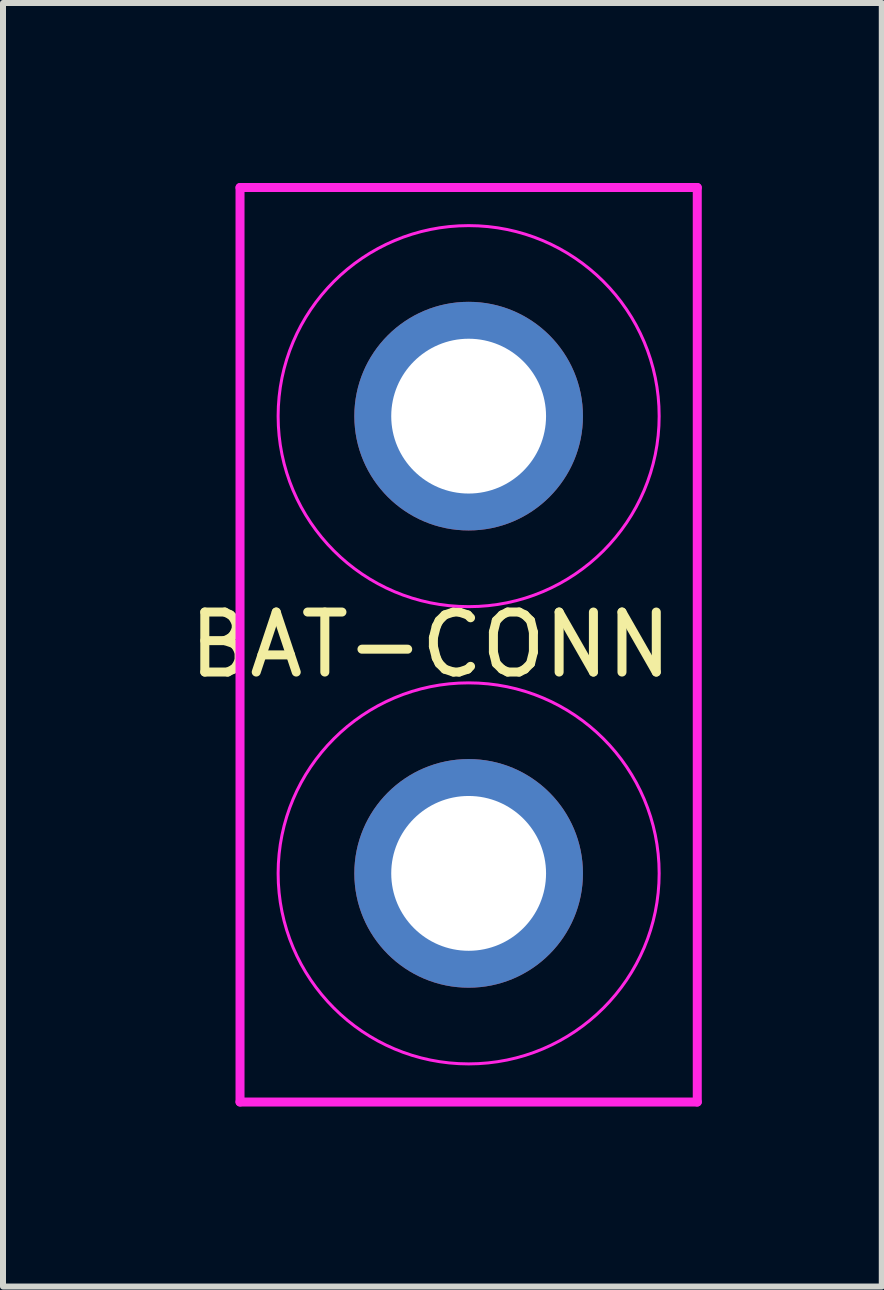
<source format=kicad_pcb>
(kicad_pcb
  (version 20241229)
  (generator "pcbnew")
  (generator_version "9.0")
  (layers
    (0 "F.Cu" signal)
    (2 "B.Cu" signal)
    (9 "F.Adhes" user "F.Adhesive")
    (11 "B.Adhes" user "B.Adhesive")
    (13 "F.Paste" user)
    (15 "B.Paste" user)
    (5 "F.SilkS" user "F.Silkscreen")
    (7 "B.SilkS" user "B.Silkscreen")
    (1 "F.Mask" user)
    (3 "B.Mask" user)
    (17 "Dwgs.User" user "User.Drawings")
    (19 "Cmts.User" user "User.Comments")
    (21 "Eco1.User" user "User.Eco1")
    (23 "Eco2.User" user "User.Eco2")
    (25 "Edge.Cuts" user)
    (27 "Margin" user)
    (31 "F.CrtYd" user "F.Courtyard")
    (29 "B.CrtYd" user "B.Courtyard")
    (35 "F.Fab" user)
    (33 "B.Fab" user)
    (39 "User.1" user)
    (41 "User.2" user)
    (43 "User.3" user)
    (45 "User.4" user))
  (footprint "BAT-CONN"
    (layer "F.Cu")
    (at 4.76 7.695)
    (property "Reference" "BAT-CONN" (at -0.635 0 0) (layer "F.SilkS") (effects (font (size 1 1) (thickness 0.15))))
    (attr through_hole)
    (fp_line (start -3.81 -7.62) (end 3.81 -7.62) (stroke (width 0.15) (type solid)) (layer "F.CrtYd"))
    (fp_line (start -3.81 7.62) (end -3.81 -7.62) (stroke (width 0.15) (type solid)) (layer "F.CrtYd"))
    (fp_line (start 3.81 -7.62) (end 3.81 7.62) (stroke (width 0.15) (type solid)) (layer "F.CrtYd"))
    (fp_line (start 3.81 7.62) (end -3.81 7.62) (stroke (width 0.15) (type solid)) (layer "F.CrtYd"))
    (fp_circle (center 0 -3.81) (end 3.175 -3.81) (stroke (width 0.05) (type solid)) (fill no) (layer "F.CrtYd"))
    (fp_circle (center 0 3.81) (end 3.175 3.81) (stroke (width 0.05) (type solid)) (fill no) (layer "F.CrtYd"))
    (pad "1" thru_hole circle (at 0 -3.81) (size 3.81 3.81) (drill 2.58) (layers "*.Cu" "*.Mask"))
    (pad "2" thru_hole circle (at 0 3.81) (size 3.81 3.81) (drill 2.58) (layers "*.Cu" "*.Mask")))
  (gr_rect
    (start -3 -3)
    (end 11.645 18.39)
    (stroke (width 0.1) (type default))
    (fill no)
    (layer "Edge.Cuts")))
</source>
